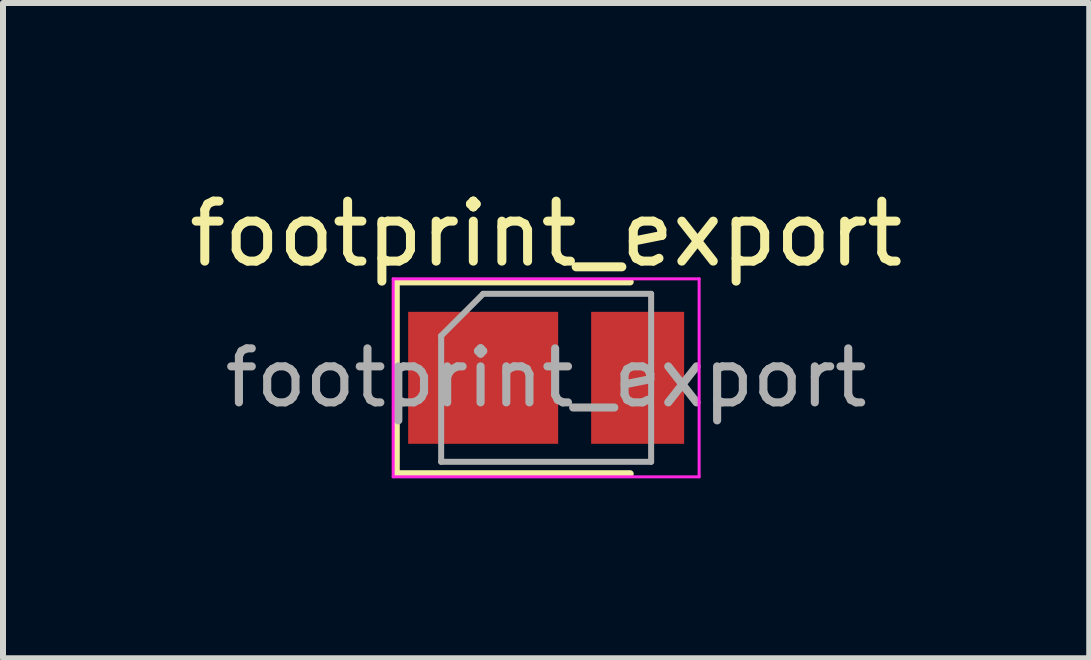
<source format=kicad_pcb>
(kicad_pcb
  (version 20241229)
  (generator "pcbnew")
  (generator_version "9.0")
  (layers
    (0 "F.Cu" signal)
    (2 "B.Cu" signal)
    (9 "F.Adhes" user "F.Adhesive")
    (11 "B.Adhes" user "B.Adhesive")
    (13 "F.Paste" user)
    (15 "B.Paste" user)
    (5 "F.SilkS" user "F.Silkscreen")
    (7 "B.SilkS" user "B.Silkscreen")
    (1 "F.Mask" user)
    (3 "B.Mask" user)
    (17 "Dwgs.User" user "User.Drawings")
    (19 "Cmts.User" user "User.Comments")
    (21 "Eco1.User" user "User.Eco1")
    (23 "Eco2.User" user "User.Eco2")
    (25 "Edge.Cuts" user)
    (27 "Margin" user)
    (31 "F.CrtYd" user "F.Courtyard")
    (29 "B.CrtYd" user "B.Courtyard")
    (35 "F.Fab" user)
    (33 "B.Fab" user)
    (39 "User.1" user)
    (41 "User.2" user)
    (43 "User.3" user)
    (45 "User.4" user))
  (footprint "footprint_export"
    (layer "F.Cu")
    (at 6.054 3.248)
    (property "Reference" "footprint_export" (at 0 -2.4 0) (layer "F.SilkS") (effects (font (size 1 1) (thickness 0.15))))
    (attr smd)
    (fp_line (start -2.5 -1.6) (end -2.5 1.6) (stroke (width 0.12) (type solid)) (layer "F.SilkS"))
    (fp_line (start 1.4 -1.6) (end -2.5 -1.6) (stroke (width 0.12) (type solid)) (layer "F.SilkS"))
    (fp_line (start 1.4 1.6) (end -2.5 1.6) (stroke (width 0.12) (type solid)) (layer "F.SilkS"))
    (fp_line (start -2.55 -1.65) (end 2.55 -1.65) (stroke (width 0.05) (type solid)) (layer "F.CrtYd"))
    (fp_line (start -2.55 1.65) (end -2.55 -1.65) (stroke (width 0.05) (type solid)) (layer "F.CrtYd"))
    (fp_line (start 2.55 -1.65) (end 2.55 1.65) (stroke (width 0.05) (type solid)) (layer "F.CrtYd"))
    (fp_line (start 2.55 1.65) (end -2.55 1.65) (stroke (width 0.05) (type solid)) (layer "F.CrtYd"))
    (fp_line (start -1.75 1.4) (end -1.75 -0.7) (stroke (width 0.1) (type solid)) (layer "F.Fab"))
    (fp_line (start -1.05 -1.4) (end -1.75 -0.7) (stroke (width 0.1) (type solid)) (layer "F.Fab"))
    (fp_line (start -1.05 -1.4) (end 1.75 -1.4) (stroke (width 0.1) (type solid)) (layer "F.Fab"))
    (fp_line (start 1.75 -1.4) (end 1.75 1.4) (stroke (width 0.1) (type solid)) (layer "F.Fab"))
    (fp_line (start 1.75 1.4) (end -1.75 1.4) (stroke (width 0.1) (type solid)) (layer "F.Fab"))
    (fp_text user "${REFERENCE}" (at 0 0 0) (layer "F.Fab") (effects (font (size 0.9 0.9) (thickness 0.135))))
    (pad "1" smd rect (at -1.05 0) (size 2.5 2.2) (layers "F.Cu" "F.Mask" "F.Paste"))
    (pad "2" smd rect (at 1.525 0) (size 1.55 2.2) (layers "F.Cu" "F.Mask" "F.Paste")))
  (gr_rect
    (start -3 -3)
    (end 15.107 7.923)
    (stroke (width 0.1) (type default))
    (fill no)
    (layer "Edge.Cuts")))
</source>
